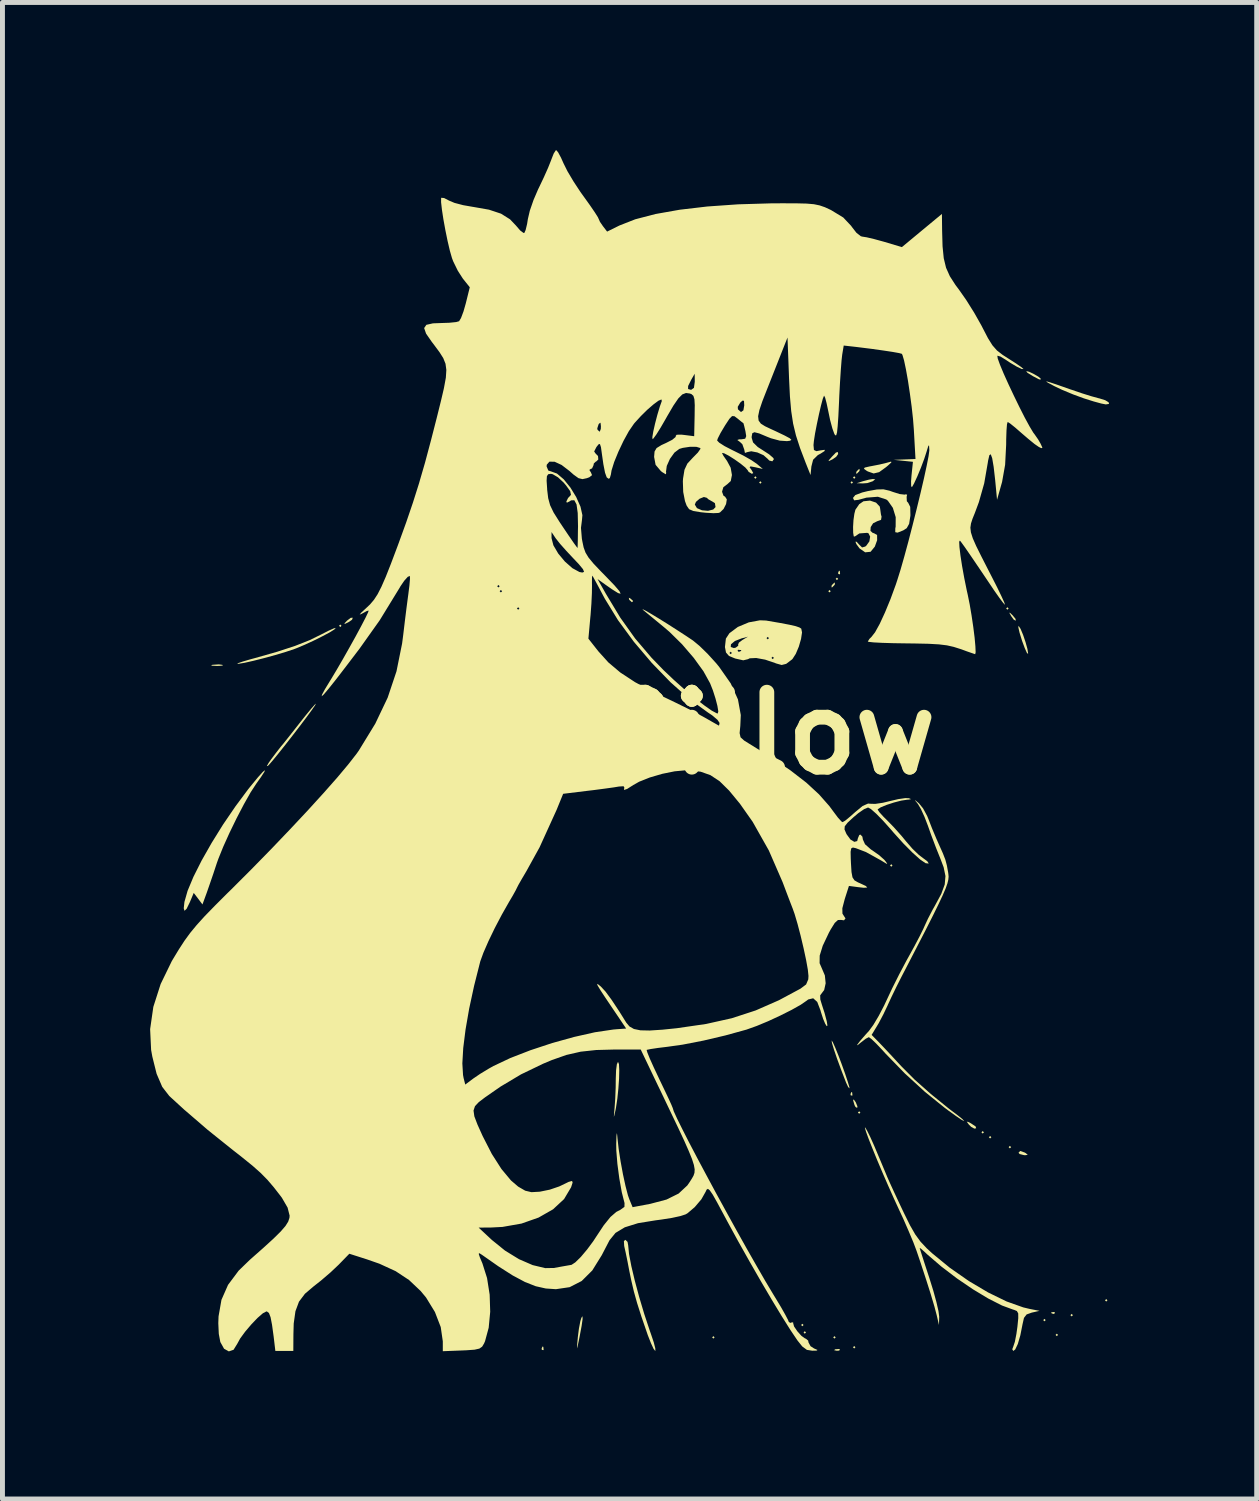
<source format=kicad_pcb>
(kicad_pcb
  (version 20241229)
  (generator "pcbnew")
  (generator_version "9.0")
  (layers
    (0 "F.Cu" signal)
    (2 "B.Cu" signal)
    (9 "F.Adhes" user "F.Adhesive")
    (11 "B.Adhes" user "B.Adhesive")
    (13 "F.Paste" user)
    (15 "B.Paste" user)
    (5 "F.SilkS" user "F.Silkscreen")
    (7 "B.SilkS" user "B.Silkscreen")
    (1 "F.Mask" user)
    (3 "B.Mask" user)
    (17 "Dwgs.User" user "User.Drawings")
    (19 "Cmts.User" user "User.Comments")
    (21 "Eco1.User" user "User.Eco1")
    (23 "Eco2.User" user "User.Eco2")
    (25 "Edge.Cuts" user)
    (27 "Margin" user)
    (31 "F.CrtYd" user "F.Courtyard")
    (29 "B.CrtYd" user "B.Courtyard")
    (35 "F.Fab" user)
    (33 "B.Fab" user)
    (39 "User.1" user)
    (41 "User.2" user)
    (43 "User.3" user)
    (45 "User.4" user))
  (footprint "RinPillow"
    (layer "F.Cu")
    (at 10.715 11.847)
    (property "Reference" "RinPillow" (at 0 0 0) (layer "F.SilkS") (effects (font (size 1.524 1.524) (thickness 0.3))))
    (attr board_only exclude_from_pos_files exclude_from_bom)
    (fp_poly (pts (xy -6.827 -2.184) (xy -6.852 -2.158) (xy -6.877 -2.184) (xy -6.852 -2.209)) (stroke (width 0) (type solid)) (fill yes) (layer "F.SilkS"))
    (fp_poly (pts (xy 0.753 12.273) (xy 0.728 12.298) (xy 0.703 12.273) (xy 0.728 12.248)) (stroke (width 0) (type solid)) (fill yes) (layer "F.SilkS"))
    (fp_poly (pts (xy 1.606 -5.195) (xy 1.581 -5.17) (xy 1.556 -5.195) (xy 1.581 -5.221)) (stroke (width 0) (type solid)) (fill yes) (layer "F.SilkS"))
    (fp_poly (pts (xy 1.707 -5.095) (xy 1.682 -5.07) (xy 1.657 -5.095) (xy 1.682 -5.12)) (stroke (width 0) (type solid)) (fill yes) (layer "F.SilkS"))
    (fp_poly (pts (xy 2.56 12.022) (xy 2.535 12.047) (xy 2.51 12.022) (xy 2.535 11.997)) (stroke (width 0) (type solid)) (fill yes) (layer "F.SilkS"))
    (fp_poly (pts (xy 2.61 12.173) (xy 2.585 12.198) (xy 2.56 12.173) (xy 2.585 12.148)) (stroke (width 0) (type solid)) (fill yes) (layer "F.SilkS"))
    (fp_poly (pts (xy 3.112 -2.886) (xy 3.087 -2.861) (xy 3.062 -2.886) (xy 3.087 -2.911)) (stroke (width 0) (type solid)) (fill yes) (layer "F.SilkS"))
    (fp_poly (pts (xy 3.213 12.273) (xy 3.188 12.298) (xy 3.162 12.273) (xy 3.188 12.248)) (stroke (width 0) (type solid)) (fill yes) (layer "F.SilkS"))
    (fp_poly (pts (xy 3.263 -3.137) (xy 3.238 -3.112) (xy 3.213 -3.137) (xy 3.238 -3.162)) (stroke (width 0) (type solid)) (fill yes) (layer "F.SilkS"))
    (fp_poly (pts (xy 3.564 -5.095) (xy 3.539 -5.07) (xy 3.514 -5.095) (xy 3.539 -5.12)) (stroke (width 0) (type solid)) (fill yes) (layer "F.SilkS"))
    (fp_poly (pts (xy 3.614 -5.195) (xy 3.589 -5.17) (xy 3.564 -5.195) (xy 3.589 -5.221)) (stroke (width 0) (type solid)) (fill yes) (layer "F.SilkS"))
    (fp_poly (pts (xy 3.614 12.474) (xy 3.589 12.499) (xy 3.564 12.474) (xy 3.589 12.449)) (stroke (width 0) (type solid)) (fill yes) (layer "F.SilkS"))
    (fp_poly (pts (xy 3.715 7.705) (xy 3.69 7.73) (xy 3.664 7.705) (xy 3.69 7.68)) (stroke (width 0) (type solid)) (fill yes) (layer "F.SilkS"))
    (fp_poly (pts (xy 4.367 2.686) (xy 4.342 2.711) (xy 4.317 2.686) (xy 4.342 2.66)) (stroke (width 0) (type solid)) (fill yes) (layer "F.SilkS"))
    (fp_poly (pts (xy 6.225 8.107) (xy 6.199 8.132) (xy 6.174 8.107) (xy 6.199 8.082)) (stroke (width 0) (type solid)) (fill yes) (layer "F.SilkS"))
    (fp_poly (pts (xy 6.375 8.207) (xy 6.35 8.232) (xy 6.325 8.207) (xy 6.35 8.182)) (stroke (width 0) (type solid)) (fill yes) (layer "F.SilkS"))
    (fp_poly (pts (xy 6.726 -2.535) (xy 6.701 -2.51) (xy 6.676 -2.535) (xy 6.701 -2.56)) (stroke (width 0) (type solid)) (fill yes) (layer "F.SilkS"))
    (fp_poly (pts (xy 6.777 8.408) (xy 6.752 8.433) (xy 6.726 8.408) (xy 6.752 8.383)) (stroke (width 0) (type solid)) (fill yes) (layer "F.SilkS"))
    (fp_poly (pts (xy 7.479 11.922) (xy 7.454 11.947) (xy 7.429 11.922) (xy 7.454 11.897)) (stroke (width 0) (type solid)) (fill yes) (layer "F.SilkS"))
    (fp_poly (pts (xy 7.73 12.223) (xy 7.705 12.248) (xy 7.68 12.223) (xy 7.705 12.198)) (stroke (width 0) (type solid)) (fill yes) (layer "F.SilkS"))
    (fp_poly (pts (xy 8.032 11.822) (xy 8.007 11.847) (xy 7.981 11.822) (xy 8.007 11.796)) (stroke (width 0) (type solid)) (fill yes) (layer "F.SilkS"))
    (fp_poly (pts (xy 8.734 11.52) (xy 8.709 11.545) (xy 8.684 11.52) (xy 8.709 11.495)) (stroke (width 0) (type solid)) (fill yes) (layer "F.SilkS"))
    (fp_poly (pts (xy -2.727 12.466) (xy -2.721 12.525) (xy -2.727 12.533) (xy -2.757 12.526) (xy -2.761 12.499) (xy -2.743 12.458)) (stroke (width 0) (type solid)) (fill yes) (layer "F.SilkS"))
    (fp_poly (pts (xy 3.296 -3.296) (xy 3.302 -3.237) (xy 3.296 -3.229) (xy 3.266 -3.236) (xy 3.263 -3.263) (xy 3.281 -3.304)) (stroke (width 0) (type solid)) (fill yes) (layer "F.SilkS"))
    (fp_poly (pts (xy 3.299 12.519) (xy 3.284 12.542) (xy 3.234 12.545) (xy 3.18 12.533) (xy 3.203 12.515) (xy 3.282 12.509)) (stroke (width 0) (type solid)) (fill yes) (layer "F.SilkS"))
    (fp_poly (pts (xy 3.547 7.295) (xy 3.553 7.355) (xy 3.547 7.362) (xy 3.517 7.355) (xy 3.514 7.329) (xy 3.532 7.288)) (stroke (width 0) (type solid)) (fill yes) (layer "F.SilkS"))
    (fp_poly (pts (xy 7.664 11.763) (xy 7.657 11.793) (xy 7.63 11.796) (xy 7.589 11.778) (xy 7.597 11.763) (xy 7.656 11.757)) (stroke (width 0) (type solid)) (fill yes) (layer "F.SilkS"))
    (fp_poly (pts (xy -6.613 -2.306) (xy -6.685 -2.257) (xy -6.764 -2.219) (xy -6.763 -2.236) (xy -6.715 -2.288) (xy -6.64 -2.345) (xy -6.598 -2.348)) (stroke (width 0) (type solid)) (fill yes) (layer "F.SilkS"))
    (fp_poly (pts (xy -0.962 -2.741) (xy -0.908 -2.694) (xy -0.904 -2.683) (xy -0.927 -2.662) (xy -0.977 -2.708) (xy -0.984 -2.718) (xy -0.99 -2.753)) (stroke (width 0) (type solid)) (fill yes) (layer "F.SilkS"))
    (fp_poly (pts (xy 3.62 7.496) (xy 3.654 7.579) (xy 3.65 7.611) (xy 3.616 7.593) (xy 3.595 7.553) (xy 3.567 7.457) (xy 3.579 7.438)) (stroke (width 0) (type solid)) (fill yes) (layer "F.SilkS"))
    (fp_poly (pts (xy 6.755 -2.446) (xy 6.806 -2.398) (xy 6.866 -2.325) (xy 6.872 -2.287) (xy 6.832 -2.306) (xy 6.782 -2.374) (xy 6.739 -2.449)) (stroke (width 0) (type solid)) (fill yes) (layer "F.SilkS"))
    (fp_poly (pts (xy -9.248 -1.39) (xy -9.237 -1.376) (xy -9.309 -1.369) (xy -9.362 -1.368) (xy -9.459 -1.373) (xy -9.474 -1.384) (xy -9.449 -1.391) (xy -9.318 -1.399)) (stroke (width 0) (type solid)) (fill yes) (layer "F.SilkS"))
    (fp_poly (pts (xy 3.197 -3.03) (xy 3.188 -3.012) (xy 3.14 -2.964) (xy 3.131 -2.962) (xy 3.128 -2.994) (xy 3.137 -3.012) (xy 3.185 -3.06) (xy 3.193 -3.062)) (stroke (width 0) (type solid)) (fill yes) (layer "F.SilkS"))
    (fp_poly (pts (xy 3.263 -5.674) (xy 3.223 -5.617) (xy 3.15 -5.566) (xy 3.073 -5.529) (xy 3.071 -5.544) (xy 3.133 -5.615) (xy 3.216 -5.702) (xy 3.255 -5.715)) (stroke (width 0) (type solid)) (fill yes) (layer "F.SilkS"))
    (fp_poly (pts (xy 3.699 -5.339) (xy 3.69 -5.321) (xy 3.642 -5.273) (xy 3.633 -5.271) (xy 3.63 -5.303) (xy 3.639 -5.321) (xy 3.687 -5.369) (xy 3.695 -5.371)) (stroke (width 0) (type solid)) (fill yes) (layer "F.SilkS"))
    (fp_poly (pts (xy 5.905 7.896) (xy 5.961 7.925) (xy 6.055 7.987) (xy 6.067 8.025) (xy 6.03 8.032) (xy 5.966 7.997) (xy 5.917 7.948) (xy 5.876 7.892)) (stroke (width 0) (type solid)) (fill yes) (layer "F.SilkS"))
    (fp_poly (pts (xy 7.053 8.518) (xy 7.077 8.532) (xy 7.115 8.566) (xy 7.062 8.572) (xy 7.04 8.571) (xy 6.952 8.549) (xy 6.927 8.523) (xy 6.961 8.486)) (stroke (width 0) (type solid)) (fill yes) (layer "F.SilkS"))
    (fp_poly (pts (xy 4.016 -5.161) (xy 3.978 -5.129) (xy 3.966 -5.12) (xy 3.857 -5.083) (xy 3.765 -5.076) (xy 3.639 -5.08) (xy 3.765 -5.12) (xy 3.89 -5.153) (xy 3.966 -5.165)) (stroke (width 0) (type solid)) (fill yes) (layer "F.SilkS"))
    (fp_poly (pts (xy 7.143 -7.344) (xy 7.228 -7.304) (xy 7.33 -7.245) (xy 7.378 -7.205) (xy 7.379 -7.202) (xy 7.373 -7.183) (xy 7.338 -7.193) (xy 7.247 -7.241) (xy 7.216 -7.257) (xy 7.107 -7.325) (xy 7.083 -7.358)) (stroke (width 0) (type solid)) (fill yes) (layer "F.SilkS"))
    (fp_poly (pts (xy -1.929 11.9) (xy -1.949 12.041) (xy -1.99 12.259) (xy -2.008 12.349) (xy -2.033 12.465) (xy -2.043 12.497) (xy -2.041 12.439) (xy -2.027 12.287) (xy -2.027 12.278) (xy -2.004 12.097) (xy -1.975 11.945) (xy -1.954 11.876) (xy -1.931 11.843)) (stroke (width 0) (type solid)) (fill yes) (layer "F.SilkS"))
    (fp_poly (pts (xy 6.929 -2.182) (xy 6.969 -2.121) (xy 7.02 -1.999) (xy 7.07 -1.851) (xy 7.108 -1.714) (xy 7.122 -1.624) (xy 7.12 -1.613) (xy 7.097 -1.634) (xy 7.054 -1.73) (xy 6.998 -1.881) (xy 6.996 -1.888) (xy 6.948 -2.044) (xy 6.924 -2.149) (xy 6.928 -2.183)) (stroke (width 0) (type solid)) (fill yes) (layer "F.SilkS"))
    (fp_poly (pts (xy 4.344 -5.503) (xy 4.276 -5.44) (xy 4.234 -5.405) (xy 4.096 -5.305) (xy 3.984 -5.278) (xy 3.866 -5.319) (xy 3.84 -5.334) (xy 3.786 -5.373) (xy 3.803 -5.398) (xy 3.902 -5.421) (xy 3.941 -5.428) (xy 4.105 -5.46) (xy 4.249 -5.495) (xy 4.267 -5.5) (xy 4.339 -5.519)) (stroke (width 0) (type solid)) (fill yes) (layer "F.SilkS"))
    (fp_poly (pts (xy 3.154 6.276) (xy 3.204 6.387) (xy 3.272 6.556) (xy 3.33 6.71) (xy 3.403 6.913) (xy 3.458 7.079) (xy 3.49 7.186) (xy 3.494 7.215) (xy 3.466 7.187) (xy 3.423 7.095) (xy 3.422 7.092) (xy 3.326 6.843) (xy 3.242 6.615) (xy 3.178 6.427) (xy 3.138 6.296) (xy 3.13 6.24) (xy 3.13 6.24)) (stroke (width 0) (type solid)) (fill yes) (layer "F.SilkS"))
    (fp_poly (pts (xy -1.19 6.722) (xy -1.184 6.844) (xy -1.188 7.017) (xy -1.202 7.218) (xy -1.223 7.423) (xy -1.251 7.609) (xy -1.26 7.655) (xy -1.285 7.767) (xy -1.294 7.791) (xy -1.289 7.723) (xy -1.279 7.61) (xy -1.266 7.425) (xy -1.257 7.196) (xy -1.255 7.021) (xy -1.249 6.849) (xy -1.233 6.726) (xy -1.21 6.676) (xy -1.209 6.676)) (stroke (width 0) (type solid)) (fill yes) (layer "F.SilkS"))
    (fp_poly (pts (xy 7.58 -7.125) (xy 7.738 -7.072) (xy 7.982 -6.986) (xy 8.007 -6.978) (xy 8.215 -6.907) (xy 8.407 -6.847) (xy 8.549 -6.808) (xy 8.571 -6.803) (xy 8.687 -6.767) (xy 8.757 -6.725) (xy 8.766 -6.691) (xy 8.7 -6.681) (xy 8.609 -6.699) (xy 8.455 -6.741) (xy 8.271 -6.799) (xy 8.258 -6.803) (xy 8.037 -6.884) (xy 7.813 -6.977) (xy 7.655 -7.052) (xy 7.546 -7.11) (xy 7.492 -7.142) (xy 7.501 -7.148)) (stroke (width 0) (type solid)) (fill yes) (layer "F.SilkS"))
    (fp_poly (pts (xy -7.365 -0.566) (xy -7.434 -0.467) (xy -7.541 -0.321) (xy -7.674 -0.145) (xy -7.821 0.046) (xy -7.969 0.236) (xy -8.107 0.409) (xy -8.221 0.549) (xy -8.3 0.64) (xy -8.324 0.664) (xy -8.343 0.666) (xy -8.308 0.603) (xy -8.255 0.527) (xy -8.158 0.398) (xy -8.08 0.298) (xy -8.057 0.269) (xy -8.006 0.208) (xy -7.909 0.086) (xy -7.782 -0.075) (xy -7.688 -0.195) (xy -7.554 -0.364) (xy -7.443 -0.499) (xy -7.369 -0.583) (xy -7.346 -0.602)) (stroke (width 0) (type solid)) (fill yes) (layer "F.SilkS"))
    (fp_poly (pts (xy -6.972 -2.109) (xy -7.071 -2.047) (xy -7.22 -1.968) (xy -7.396 -1.88) (xy -7.579 -1.796) (xy -7.746 -1.726) (xy -7.781 -1.713) (xy -7.956 -1.654) (xy -8.17 -1.59) (xy -8.399 -1.527) (xy -8.617 -1.472) (xy -8.799 -1.431) (xy -8.92 -1.411) (xy -8.944 -1.41) (xy -8.929 -1.424) (xy -8.836 -1.456) (xy -8.68 -1.502) (xy -8.584 -1.528) (xy -8.137 -1.655) (xy -7.773 -1.774) (xy -7.474 -1.892) (xy -7.24 -2.007) (xy -7.093 -2.082) (xy -6.986 -2.13) (xy -6.943 -2.141)) (stroke (width 0) (type solid)) (fill yes) (layer "F.SilkS"))
    (fp_poly (pts (xy -1.016 10.333) (xy -1.003 10.403) (xy -0.986 10.577) (xy -0.939 10.824) (xy -0.868 11.123) (xy -0.779 11.454) (xy -0.677 11.796) (xy -0.567 12.128) (xy -0.538 12.211) (xy -0.483 12.375) (xy -0.452 12.496) (xy -0.451 12.549) (xy -0.453 12.549) (xy -0.487 12.506) (xy -0.541 12.389) (xy -0.606 12.224) (xy -0.619 12.185) (xy -0.735 11.848) (xy -0.822 11.575) (xy -0.888 11.338) (xy -0.942 11.107) (xy -0.979 10.928) (xy -1.018 10.724) (xy -1.055 10.545) (xy -1.082 10.425) (xy -1.084 10.414) (xy -1.09 10.317) (xy -1.06 10.291)) (stroke (width 0) (type solid)) (fill yes) (layer "F.SilkS"))
    (fp_poly (pts (xy -8.394 0.784) (xy -8.465 0.893) (xy -8.562 1.029) (xy -8.675 1.203) (xy -8.811 1.444) (xy -8.958 1.726) (xy -9.102 2.022) (xy -9.23 2.306) (xy -9.329 2.551) (xy -9.359 2.635) (xy -9.432 2.856) (xy -9.506 3.071) (xy -9.564 3.238) (xy -9.571 3.257) (xy -9.652 3.478) (xy -9.74 3.36) (xy -9.829 3.243) (xy -9.907 3.429) (xy -9.973 3.565) (xy -10.017 3.607) (xy -10.032 3.556) (xy -10.018 3.426) (xy -9.954 3.201) (xy -9.835 2.916) (xy -9.669 2.586) (xy -9.465 2.227) (xy -9.234 1.855) (xy -8.983 1.487) (xy -8.723 1.137) (xy -8.673 1.075) (xy -8.526 0.896) (xy -8.428 0.787) (xy -8.383 0.749)) (stroke (width 0) (type solid)) (fill yes) (layer "F.SilkS"))
    (fp_poly (pts (xy 4.306 -4.928) (xy 4.375 -4.903) (xy 4.512 -4.86) (xy 4.613 -4.848) (xy 4.634 -4.854) (xy 4.664 -4.848) (xy 4.654 -4.803) (xy 4.658 -4.714) (xy 4.686 -4.682) (xy 4.727 -4.6) (xy 4.731 -4.43) (xy 4.729 -4.411) (xy 4.705 -4.255) (xy 4.656 -4.167) (xy 4.586 -4.122) (xy 4.47 -4.076) (xy 4.423 -4.085) (xy 4.424 -4.161) (xy 4.431 -4.198) (xy 4.432 -4.391) (xy 4.374 -4.58) (xy 4.273 -4.724) (xy 4.24 -4.75) (xy 4.07 -4.805) (xy 3.839 -4.787) (xy 3.677 -4.743) (xy 3.588 -4.732) (xy 3.564 -4.781) (xy 3.611 -4.839) (xy 3.752 -4.892) (xy 3.866 -4.92) (xy 4.051 -4.953) (xy 4.183 -4.956)) (stroke (width 0) (type solid)) (fill yes) (layer "F.SilkS"))
    (fp_poly (pts (xy 4.032 -4.686) (xy 4.107 -4.607) (xy 4.116 -4.564) (xy 4.133 -4.442) (xy 4.145 -4.4) (xy 4.134 -4.335) (xy 4.057 -4.308) (xy 3.973 -4.266) (xy 3.924 -4.189) (xy 3.919 -4.111) (xy 3.969 -4.068) (xy 3.987 -4.066) (xy 4.054 -4.029) (xy 4.055 -3.922) (xy 4.008 -3.792) (xy 3.922 -3.687) (xy 3.812 -3.676) (xy 3.697 -3.756) (xy 3.633 -3.843) (xy 3.614 -3.891) (xy 3.638 -3.891) (xy 3.684 -3.839) (xy 3.749 -3.775) (xy 3.813 -3.793) (xy 3.835 -3.811) (xy 3.897 -3.898) (xy 3.913 -3.995) (xy 3.88 -4.062) (xy 3.853 -4.072) (xy 3.694 -4.06) (xy 3.602 -3.998) (xy 3.58 -3.999) (xy 3.568 -4.072) (xy 3.566 -4.191) (xy 3.574 -4.329) (xy 3.592 -4.458) (xy 3.613 -4.541) (xy 3.691 -4.654) (xy 3.777 -4.713) (xy 3.91 -4.727)) (stroke (width 0) (type solid)) (fill yes) (layer "F.SilkS"))
    (fp_poly (pts (xy 1.799 -2.29) (xy 2.078 -2.242) (xy 2.273 -2.205) (xy 2.4 -2.176) (xy 2.475 -2.15) (xy 2.513 -2.126) (xy 2.529 -2.049) (xy 2.509 -1.916) (xy 2.464 -1.76) (xy 2.402 -1.613) (xy 2.335 -1.509) (xy 2.322 -1.497) (xy 2.207 -1.41) (xy 2.115 -1.387) (xy 2.001 -1.419) (xy 1.982 -1.427) (xy 1.779 -1.496) (xy 1.598 -1.529) (xy 1.467 -1.523) (xy 1.43 -1.505) (xy 1.335 -1.482) (xy 1.174 -1.518) (xy 1.141 -1.531) (xy 1.908 -1.531) (xy 1.933 -1.506) (xy 1.958 -1.531) (xy 1.933 -1.556) (xy 1.908 -1.531) (xy 1.141 -1.531) (xy 1.045 -1.571) (xy 0.993 -1.631) (xy 1.054 -1.631) (xy 1.079 -1.606) (xy 1.104 -1.631) (xy 1.079 -1.657) (xy 1.054 -1.631) (xy 0.993 -1.631) (xy 0.984 -1.641) (xy 0.975 -1.69) (xy 1.221 -1.69) (xy 1.228 -1.66) (xy 1.255 -1.657) (xy 1.296 -1.675) (xy 1.288 -1.69) (xy 1.229 -1.696) (xy 1.221 -1.69) (xy 0.975 -1.69) (xy 0.963 -1.75) (xy 0.963 -1.753) (xy 1.081 -1.753) (xy 1.144 -1.731) (xy 1.183 -1.74) (xy 1.234 -1.779) (xy 1.23 -1.798) (xy 1.246 -1.841) (xy 1.316 -1.894) (xy 1.381 -1.933) (xy 1.807 -1.933) (xy 1.832 -1.908) (xy 1.857 -1.933) (xy 1.832 -1.958) (xy 1.807 -1.933) (xy 1.381 -1.933) (xy 1.431 -1.962) (xy 1.305 -1.929) (xy 1.164 -1.874) (xy 1.085 -1.807) (xy 1.081 -1.753) (xy 0.963 -1.753) (xy 0.982 -1.923) (xy 1.054 -2.033) (xy 1.225 -2.16) (xy 1.447 -2.253) (xy 1.674 -2.295)) (stroke (width 0) (type solid)) (fill yes) (layer "F.SilkS"))
    (fp_poly (pts (xy 3.852 8.075) (xy 3.918 8.209) (xy 3.997 8.385) (xy 4.017 8.433) (xy 4.105 8.642) (xy 4.189 8.843) (xy 4.253 8.996) (xy 4.258 9.009) (xy 4.314 9.135) (xy 4.401 9.325) (xy 4.506 9.55) (xy 4.598 9.744) (xy 4.722 9.995) (xy 4.828 10.18) (xy 4.935 10.327) (xy 5.061 10.462) (xy 5.173 10.565) (xy 5.533 10.86) (xy 5.919 11.129) (xy 6.309 11.36) (xy 6.684 11.543) (xy 7.024 11.664) (xy 7.149 11.694) (xy 7.354 11.734) (xy 7.196 11.77) (xy 7.092 11.807) (xy 7.038 11.877) (xy 7.007 12.014) (xy 7.007 12.015) (xy 6.964 12.232) (xy 6.913 12.407) (xy 6.86 12.519) (xy 6.821 12.549) (xy 6.8 12.515) (xy 6.821 12.459) (xy 6.853 12.363) (xy 6.884 12.204) (xy 6.905 12.055) (xy 6.922 11.883) (xy 6.921 11.786) (xy 6.894 11.738) (xy 6.835 11.713) (xy 6.821 11.71) (xy 6.592 11.626) (xy 6.311 11.483) (xy 5.999 11.295) (xy 5.676 11.075) (xy 5.361 10.835) (xy 5.075 10.589) (xy 5.011 10.529) (xy 4.943 10.469) (xy 4.919 10.457) (xy 4.934 10.507) (xy 4.975 10.635) (xy 5.035 10.821) (xy 5.109 11.047) (xy 5.12 11.081) (xy 5.197 11.329) (xy 5.259 11.556) (xy 5.301 11.739) (xy 5.316 11.854) (xy 5.316 11.856) (xy 5.311 12.022) (xy 5.265 11.822) (xy 5.219 11.648) (xy 5.145 11.399) (xy 5.049 11.096) (xy 4.938 10.758) (xy 4.856 10.516) (xy 4.791 10.343) (xy 4.695 10.114) (xy 4.585 9.862) (xy 4.504 9.688) (xy 4.395 9.451) (xy 4.28 9.193) (xy 4.165 8.929) (xy 4.056 8.672) (xy 3.96 8.437) (xy 3.882 8.24) (xy 3.829 8.095) (xy 3.806 8.016) (xy 3.812 8.008)) (stroke (width 0) (type solid)) (fill yes) (layer "F.SilkS"))
    (fp_poly (pts (xy 4.905 1.424) (xy 4.989 1.528) (xy 5.072 1.682) (xy 5.1 1.751) (xy 5.171 1.934) (xy 5.26 2.146) (xy 5.31 2.259) (xy 5.391 2.44) (xy 5.441 2.569) (xy 5.472 2.687) (xy 5.498 2.831) (xy 5.502 2.861) (xy 5.507 2.914) (xy 5.501 2.975) (xy 5.482 3.053) (xy 5.445 3.157) (xy 5.386 3.294) (xy 5.301 3.475) (xy 5.187 3.707) (xy 5.039 4) (xy 4.853 4.361) (xy 4.626 4.8) (xy 4.551 4.944) (xy 4.447 5.15) (xy 4.347 5.356) (xy 4.272 5.518) (xy 4.271 5.522) (xy 4.183 5.707) (xy 4.085 5.893) (xy 4.058 5.938) (xy 3.943 6.128) (xy 4.101 6.289) (xy 4.21 6.404) (xy 4.359 6.563) (xy 4.518 6.735) (xy 4.551 6.77) (xy 4.815 7.035) (xy 5.145 7.328) (xy 5.515 7.628) (xy 5.698 7.766) (xy 5.787 7.838) (xy 5.822 7.877) (xy 5.819 7.879) (xy 5.769 7.852) (xy 5.658 7.777) (xy 5.506 7.668) (xy 5.418 7.602) (xy 5.026 7.285) (xy 4.619 6.912) (xy 4.229 6.511) (xy 4.159 6.434) (xy 4.037 6.305) (xy 3.94 6.212) (xy 3.887 6.174) (xy 3.886 6.174) (xy 3.825 6.205) (xy 3.729 6.279) (xy 3.719 6.287) (xy 3.654 6.34) (xy 3.652 6.325) (xy 3.71 6.249) (xy 3.823 6.119) (xy 3.888 6.048) (xy 3.978 5.925) (xy 4.087 5.742) (xy 4.198 5.529) (xy 4.241 5.437) (xy 4.36 5.183) (xy 4.505 4.894) (xy 4.65 4.62) (xy 4.693 4.543) (xy 4.809 4.332) (xy 4.914 4.133) (xy 4.992 3.976) (xy 5.019 3.915) (xy 5.088 3.766) (xy 5.181 3.587) (xy 5.228 3.504) (xy 5.358 3.263) (xy 5.428 3.072) (xy 5.443 2.901) (xy 5.406 2.722) (xy 5.344 2.558) (xy 5.252 2.329) (xy 5.154 2.07) (xy 5.089 1.886) (xy 5.017 1.698) (xy 4.943 1.537) (xy 4.883 1.436) (xy 4.882 1.435) (xy 4.824 1.364) (xy 4.832 1.363)) (stroke (width 0) (type solid)) (fill yes) (layer "F.SilkS"))
    (fp_poly (pts (xy -2.427 -11.804) (xy -2.368 -11.694) (xy -2.317 -11.58) (xy -2.237 -11.419) (xy -2.115 -11.213) (xy -1.973 -10.997) (xy -1.906 -10.904) (xy -1.78 -10.728) (xy -1.68 -10.582) (xy -1.618 -10.484) (xy -1.605 -10.455) (xy -1.576 -10.39) (xy -1.517 -10.304) (xy -1.431 -10.192) (xy -1.18 -10.316) (xy -0.859 -10.442) (xy -0.448 -10.549) (xy 0.043 -10.636) (xy 0.606 -10.702) (xy 1.232 -10.746) (xy 1.91 -10.766) (xy 2.133 -10.767) (xy 2.416 -10.766) (xy 2.621 -10.761) (xy 2.771 -10.748) (xy 2.887 -10.724) (xy 2.994 -10.687) (xy 3.113 -10.632) (xy 3.127 -10.624) (xy 3.367 -10.478) (xy 3.528 -10.307) (xy 3.542 -10.286) (xy 3.634 -10.168) (xy 3.723 -10.098) (xy 3.753 -10.09) (xy 3.842 -10.076) (xy 3.995 -10.04) (xy 4.181 -9.989) (xy 4.199 -9.984) (xy 4.558 -9.877) (xy 4.964 -10.214) (xy 5.371 -10.551) (xy 5.375 -10.207) (xy 5.384 -9.892) (xy 5.408 -9.651) (xy 5.455 -9.457) (xy 5.532 -9.285) (xy 5.646 -9.108) (xy 5.715 -9.016) (xy 5.865 -8.802) (xy 6.026 -8.545) (xy 6.169 -8.292) (xy 6.198 -8.236) (xy 6.307 -8.026) (xy 6.397 -7.882) (xy 6.489 -7.777) (xy 6.605 -7.687) (xy 6.722 -7.612) (xy 6.872 -7.516) (xy 6.981 -7.441) (xy 7.027 -7.401) (xy 7.028 -7.399) (xy 6.99 -7.401) (xy 6.894 -7.447) (xy 6.762 -7.525) (xy 6.661 -7.592) (xy 6.561 -7.653) (xy 6.5 -7.67) (xy 6.497 -7.668) (xy 6.505 -7.613) (xy 6.551 -7.486) (xy 6.626 -7.306) (xy 6.723 -7.091) (xy 6.833 -6.858) (xy 6.946 -6.626) (xy 7.055 -6.411) (xy 7.152 -6.233) (xy 7.227 -6.108) (xy 7.253 -6.074) (xy 7.326 -5.969) (xy 7.376 -5.882) (xy 7.413 -5.801) (xy 7.391 -5.792) (xy 7.341 -5.816) (xy 7.255 -5.875) (xy 7.126 -5.98) (xy 6.991 -6.096) (xy 6.859 -6.211) (xy 6.757 -6.293) (xy 6.707 -6.325) (xy 6.707 -6.325) (xy 6.693 -6.278) (xy 6.683 -6.154) (xy 6.677 -5.973) (xy 6.676 -5.861) (xy 6.655 -5.454) (xy 6.593 -5.105) (xy 6.583 -5.07) (xy 6.491 -4.744) (xy 6.453 -5.142) (xy 6.422 -5.413) (xy 6.392 -5.589) (xy 6.363 -5.668) (xy 6.335 -5.65) (xy 6.308 -5.533) (xy 6.303 -5.497) (xy 6.23 -5.077) (xy 6.122 -4.696) (xy 6.04 -4.475) (xy 5.993 -4.359) (xy 5.962 -4.264) (xy 5.949 -4.177) (xy 5.96 -4.081) (xy 5.998 -3.961) (xy 6.067 -3.804) (xy 6.172 -3.593) (xy 6.315 -3.313) (xy 6.386 -3.175) (xy 6.494 -2.963) (xy 6.579 -2.787) (xy 6.635 -2.664) (xy 6.653 -2.611) (xy 6.652 -2.61) (xy 6.615 -2.649) (xy 6.537 -2.753) (xy 6.432 -2.902) (xy 6.384 -2.974) (xy 6.15 -3.321) (xy 5.967 -3.591) (xy 5.836 -3.781) (xy 5.757 -3.89) (xy 5.736 -3.915) (xy 5.722 -3.891) (xy 5.727 -3.785) (xy 5.747 -3.616) (xy 5.78 -3.401) (xy 5.824 -3.157) (xy 5.876 -2.901) (xy 5.896 -2.812) (xy 5.936 -2.614) (xy 5.974 -2.389) (xy 6.008 -2.159) (xy 6.035 -1.945) (xy 6.051 -1.767) (xy 6.056 -1.647) (xy 6.047 -1.606) (xy 6 -1.622) (xy 5.884 -1.662) (xy 5.743 -1.713) (xy 5.61 -1.755) (xy 5.473 -1.786) (xy 5.31 -1.806) (xy 5.099 -1.818) (xy 4.82 -1.824) (xy 4.656 -1.826) (xy 4.387 -1.83) (xy 4.157 -1.837) (xy 3.984 -1.846) (xy 3.884 -1.857) (xy 3.865 -1.864) (xy 3.899 -1.918) (xy 3.939 -1.957) (xy 4.013 -2.052) (xy 4.108 -2.224) (xy 4.215 -2.456) (xy 4.327 -2.728) (xy 4.435 -3.023) (xy 4.464 -3.111) (xy 4.53 -3.322) (xy 4.606 -3.588) (xy 4.689 -3.894) (xy 4.774 -4.223) (xy 4.858 -4.557) (xy 4.937 -4.882) (xy 5.006 -5.179) (xy 5.061 -5.433) (xy 5.099 -5.626) (xy 5.115 -5.743) (xy 5.115 -5.757) (xy 5.11 -5.843) (xy 5.097 -5.844) (xy 5.069 -5.754) (xy 5.06 -5.723) (xy 5.011 -5.573) (xy 4.944 -5.394) (xy 4.871 -5.218) (xy 4.805 -5.075) (xy 4.762 -5) (xy 4.746 -5.02) (xy 4.744 -5.117) (xy 4.753 -5.235) (xy 4.782 -5.515) (xy 4.587 -5.535) (xy 4.392 -5.555) (xy 4.613 -5.563) (xy 4.834 -5.572) (xy 4.801 -6.162) (xy 4.784 -6.383) (xy 4.756 -6.637) (xy 4.72 -6.904) (xy 4.681 -7.163) (xy 4.64 -7.393) (xy 4.602 -7.574) (xy 4.569 -7.686) (xy 4.556 -7.709) (xy 4.5 -7.724) (xy 4.366 -7.748) (xy 4.174 -7.777) (xy 3.947 -7.809) (xy 3.706 -7.839) (xy 3.608 -7.851) (xy 3.376 -7.877) (xy 3.345 -7.691) (xy 3.332 -7.575) (xy 3.317 -7.382) (xy 3.301 -7.135) (xy 3.286 -6.857) (xy 3.281 -6.733) (xy 3.267 -6.44) (xy 3.253 -6.237) (xy 3.24 -6.112) (xy 3.224 -6.055) (xy 3.204 -6.053) (xy 3.186 -6.081) (xy 3.146 -6.191) (xy 3.1 -6.362) (xy 3.063 -6.54) (xy 3.028 -6.706) (xy 2.998 -6.819) (xy 2.977 -6.859) (xy 2.976 -6.858) (xy 2.951 -6.796) (xy 2.915 -6.661) (xy 2.873 -6.481) (xy 2.831 -6.283) (xy 2.794 -6.093) (xy 2.77 -5.938) (xy 2.762 -5.855) (xy 2.771 -5.755) (xy 2.821 -5.731) (xy 2.899 -5.746) (xy 2.988 -5.759) (xy 2.989 -5.735) (xy 2.906 -5.681) (xy 2.85 -5.651) (xy 2.754 -5.557) (xy 2.719 -5.42) (xy 2.702 -5.246) (xy 2.602 -5.497) (xy 2.489 -5.794) (xy 2.406 -6.049) (xy 2.348 -6.29) (xy 2.309 -6.546) (xy 2.283 -6.845) (xy 2.265 -7.216) (xy 2.265 -7.22) (xy 2.234 -8.04) (xy 1.948 -7.316) (xy 1.819 -6.99) (xy 1.723 -6.745) (xy 1.663 -6.567) (xy 1.637 -6.441) (xy 1.647 -6.353) (xy 1.693 -6.29) (xy 1.776 -6.238) (xy 1.896 -6.181) (xy 1.99 -6.138) (xy 2.176 -6.049) (xy 2.28 -5.993) (xy 2.313 -5.961) (xy 2.285 -5.943) (xy 2.223 -5.935) (xy 2.076 -5.945) (xy 1.898 -5.993) (xy 1.827 -6.021) (xy 1.66 -6.091) (xy 1.563 -6.116) (xy 1.519 -6.096) (xy 1.506 -6.028) (xy 1.506 -6.003) (xy 1.534 -5.909) (xy 1.629 -5.816) (xy 1.732 -5.75) (xy 1.86 -5.667) (xy 1.941 -5.597) (xy 1.958 -5.57) (xy 1.926 -5.525) (xy 1.863 -5.541) (xy 1.829 -5.577) (xy 1.747 -5.649) (xy 1.622 -5.705) (xy 1.497 -5.729) (xy 1.418 -5.712) (xy 1.369 -5.695) (xy 1.355 -5.764) (xy 1.316 -5.873) (xy 1.267 -5.919) (xy 1.214 -5.958) (xy 1.25 -5.971) (xy 1.297 -5.972) (xy 1.374 -5.984) (xy 1.395 -6.036) (xy 1.379 -6.137) (xy 1.353 -6.247) (xy 1.338 -6.3) (xy 1.337 -6.3) (xy 1.298 -6.329) (xy 1.22 -6.393) (xy 1.156 -6.441) (xy 1.108 -6.444) (xy 1.054 -6.389) (xy 0.971 -6.263) (xy 0.958 -6.242) (xy 0.874 -6.101) (xy 0.818 -5.991) (xy 0.804 -5.948) (xy 0.846 -5.904) (xy 0.957 -5.833) (xy 1.116 -5.751) (xy 1.145 -5.737) (xy 1.332 -5.644) (xy 1.498 -5.55) (xy 1.607 -5.476) (xy 1.61 -5.474) (xy 1.732 -5.37) (xy 1.581 -5.404) (xy 1.482 -5.422) (xy 1.464 -5.403) (xy 1.5 -5.354) (xy 1.538 -5.286) (xy 1.51 -5.271) (xy 1.444 -5.311) (xy 1.424 -5.345) (xy 1.377 -5.399) (xy 1.281 -5.477) (xy 1.16 -5.563) (xy 1.04 -5.639) (xy 0.946 -5.688) (xy 0.904 -5.695) (xy 0.904 -5.692) (xy 0.932 -5.637) (xy 0.999 -5.541) (xy 1.004 -5.535) (xy 1.079 -5.395) (xy 1.105 -5.247) (xy 1.081 -5.124) (xy 1.008 -5.057) (xy 1.004 -5.055) (xy 0.93 -4.998) (xy 0.904 -4.907) (xy 0.933 -4.827) (xy 0.966 -4.806) (xy 1.001 -4.752) (xy 0.986 -4.657) (xy 0.935 -4.557) (xy 0.863 -4.487) (xy 0.833 -4.476) (xy 0.731 -4.471) (xy 0.574 -4.48) (xy 0.477 -4.49) (xy 0.322 -4.515) (xy 0.235 -4.552) (xy 0.185 -4.625) (xy 0.177 -4.646) (xy 0.351 -4.646) (xy 0.394 -4.574) (xy 0.496 -4.53) (xy 0.619 -4.519) (xy 0.725 -4.546) (xy 0.772 -4.595) (xy 0.759 -4.675) (xy 0.714 -4.704) (xy 0.624 -4.755) (xy 0.596 -4.783) (xy 0.535 -4.8) (xy 0.448 -4.765) (xy 0.374 -4.701) (xy 0.351 -4.646) (xy 0.177 -4.646) (xy 0.151 -4.717) (xy 0.115 -4.902) (xy 0.108 -5.118) (xy 0.112 -5.176) (xy 0.141 -5.353) (xy 0.199 -5.478) (xy 0.31 -5.598) (xy 0.315 -5.603) (xy 0.413 -5.703) (xy 0.463 -5.775) (xy 0.464 -5.794) (xy 0.385 -5.819) (xy 0.252 -5.82) (xy 0.106 -5.798) (xy 0.036 -5.777) (xy -0.063 -5.702) (xy -0.155 -5.574) (xy -0.219 -5.431) (xy -0.235 -5.31) (xy -0.23 -5.289) (xy -0.239 -5.261) (xy -0.311 -5.305) (xy -0.339 -5.327) (xy -0.446 -5.454) (xy -0.476 -5.613) (xy -0.476 -5.617) (xy -0.467 -5.724) (xy -0.426 -5.794) (xy -0.327 -5.855) (xy -0.235 -5.897) (xy -0.108 -5.962) (xy -0.039 -6.019) (xy -0.035 -6.045) (xy -0.017 -6.065) (xy 0.076 -6.067) (xy 0.131 -6.061) (xy 0.338 -6.035) (xy 0.347 -6.452) (xy 0.349 -6.632) (xy 1.223 -6.632) (xy 1.227 -6.581) (xy 1.289 -6.526) (xy 1.338 -6.561) (xy 1.355 -6.662) (xy 1.35 -6.754) (xy 1.319 -6.758) (xy 1.274 -6.717) (xy 1.223 -6.632) (xy 0.349 -6.632) (xy 0.35 -6.658) (xy 0.343 -6.785) (xy 0.322 -6.855) (xy 0.283 -6.89) (xy 0.251 -6.902) (xy 0.172 -6.913) (xy 0.097 -6.884) (xy 0.016 -6.803) (xy -0.084 -6.657) (xy -0.214 -6.435) (xy -0.238 -6.392) (xy -0.342 -6.212) (xy -0.43 -6.071) (xy -0.491 -5.988) (xy -0.508 -5.974) (xy -0.512 -6.017) (xy -0.493 -6.131) (xy -0.457 -6.29) (xy -0.411 -6.467) (xy -0.36 -6.637) (xy -0.32 -6.749) (xy -0.327 -6.782) (xy -0.388 -6.756) (xy -0.488 -6.682) (xy -0.613 -6.574) (xy -0.745 -6.444) (xy -0.872 -6.305) (xy -0.888 -6.285) (xy -0.989 -6.138) (xy -1.098 -5.94) (xy -1.201 -5.722) (xy -1.287 -5.512) (xy -1.341 -5.339) (xy -1.354 -5.258) (xy -1.376 -5.184) (xy -1.4 -5.17) (xy -1.439 -5.199) (xy -1.473 -5.293) (xy -1.507 -5.466) (xy -1.535 -5.661) (xy -1.556 -5.812) (xy -1.577 -5.877) (xy -1.605 -5.87) (xy -1.648 -5.815) (xy -1.694 -5.725) (xy -1.666 -5.684) (xy -1.666 -5.684) (xy -1.616 -5.633) (xy -1.61 -5.562) (xy -1.651 -5.522) (xy -1.657 -5.522) (xy -1.701 -5.481) (xy -1.707 -5.446) (xy -1.737 -5.38) (xy -1.763 -5.371) (xy -1.792 -5.35) (xy -1.761 -5.301) (xy -1.737 -5.244) (xy -1.792 -5.201) (xy -1.843 -5.182) (xy -1.932 -5.163) (xy -2.013 -5.183) (xy -2.114 -5.256) (xy -2.195 -5.328) (xy -2.356 -5.451) (xy -2.497 -5.516) (xy -2.603 -5.518) (xy -2.657 -5.456) (xy -2.66 -5.421) (xy -2.625 -5.337) (xy -2.573 -5.321) (xy -2.449 -5.276) (xy -2.312 -5.159) (xy -2.177 -4.992) (xy -2.059 -4.799) (xy -1.972 -4.604) (xy -1.933 -4.431) (xy -1.942 -4.331) (xy -1.962 -4.173) (xy -1.944 -3.955) (xy -1.935 -3.904) (xy -1.908 -3.776) (xy -1.87 -3.671) (xy -1.808 -3.569) (xy -1.709 -3.449) (xy -1.558 -3.29) (xy -1.456 -3.186) (xy -1.28 -3.003) (xy -1.18 -2.886) (xy -1.156 -2.834) (xy -1.208 -2.848) (xy -1.336 -2.928) (xy -1.453 -3.01) (xy -1.625 -3.133) (xy -1.456 -2.834) (xy -1.162 -2.347) (xy -0.861 -1.925) (xy -0.529 -1.535) (xy -0.282 -1.28) (xy -0.074 -1.083) (xy 0.142 -0.89) (xy 0.353 -0.714) (xy 0.543 -0.566) (xy 0.696 -0.459) (xy 0.798 -0.405) (xy 0.817 -0.402) (xy 0.828 -0.444) (xy 0.81 -0.555) (xy 0.771 -0.706) (xy 0.718 -0.872) (xy 0.661 -1.016) (xy 0.526 -1.26) (xy 0.328 -1.533) (xy 0.091 -1.809) (xy -0.165 -2.061) (xy -0.268 -2.149) (xy -0.434 -2.286) (xy -0.586 -2.411) (xy -0.694 -2.5) (xy -0.703 -2.508) (xy -0.712 -2.522) (xy -0.651 -2.492) (xy -0.535 -2.425) (xy -0.38 -2.331) (xy -0.2 -2.219) (xy -0.01 -2.097) (xy 0.175 -1.977) (xy 0.315 -1.883) (xy 0.447 -1.774) (xy 0.611 -1.614) (xy 0.779 -1.429) (xy 0.843 -1.352) (xy 1.081 -1.012) (xy 1.227 -0.688) (xy 1.285 -0.37) (xy 1.275 -0.147) (xy 1.261 -0.003) (xy 1.28 0.082) (xy 1.353 0.148) (xy 1.438 0.201) (xy 1.909 0.493) (xy 2.298 0.757) (xy 2.616 1.003) (xy 2.874 1.241) (xy 3.083 1.478) (xy 3.169 1.594) (xy 3.259 1.714) (xy 3.329 1.791) (xy 3.353 1.806) (xy 3.406 1.775) (xy 3.507 1.692) (xy 3.606 1.604) (xy 3.76 1.477) (xy 3.871 1.428) (xy 3.918 1.432) (xy 4.016 1.435) (xy 4.171 1.412) (xy 4.309 1.379) (xy 4.483 1.338) (xy 4.629 1.317) (xy 4.7 1.32) (xy 4.745 1.338) (xy 4.695 1.348) (xy 4.665 1.35) (xy 4.545 1.368) (xy 4.395 1.407) (xy 4.245 1.456) (xy 4.125 1.506) (xy 4.067 1.545) (xy 4.066 1.551) (xy 4.099 1.602) (xy 4.185 1.697) (xy 4.254 1.765) (xy 4.393 1.908) (xy 4.55 2.084) (xy 4.643 2.197) (xy 4.773 2.347) (xy 4.904 2.473) (xy 4.986 2.535) (xy 5.074 2.6) (xy 5.102 2.644) (xy 5.1 2.647) (xy 5.04 2.64) (xy 4.928 2.564) (xy 4.775 2.427) (xy 4.59 2.241) (xy 4.385 2.014) (xy 4.333 1.953) (xy 4.176 1.777) (xy 4.036 1.634) (xy 3.928 1.539) (xy 3.871 1.508) (xy 3.791 1.541) (xy 3.671 1.624) (xy 3.574 1.706) (xy 3.454 1.817) (xy 3.397 1.89) (xy 3.392 1.954) (xy 3.427 2.036) (xy 3.437 2.055) (xy 3.513 2.159) (xy 3.592 2.206) (xy 3.65 2.19) (xy 3.664 2.133) (xy 3.692 2.067) (xy 3.715 2.058) (xy 3.755 2.1) (xy 3.765 2.158) (xy 3.809 2.255) (xy 3.929 2.361) (xy 3.954 2.377) (xy 4.09 2.473) (xy 4.197 2.567) (xy 4.217 2.59) (xy 4.26 2.648) (xy 4.246 2.651) (xy 4.162 2.6) (xy 4.141 2.587) (xy 3.827 2.413) (xy 3.623 2.335) (xy 3.562 2.321) (xy 3.528 2.339) (xy 3.516 2.408) (xy 3.519 2.549) (xy 3.523 2.639) (xy 3.534 2.819) (xy 3.554 2.927) (xy 3.594 2.988) (xy 3.667 3.03) (xy 3.702 3.045) (xy 3.826 3.103) (xy 3.854 3.134) (xy 3.785 3.139) (xy 3.674 3.127) (xy 3.482 3.102) (xy 3.397 3.367) (xy 3.348 3.555) (xy 3.35 3.664) (xy 3.362 3.683) (xy 3.412 3.762) (xy 3.382 3.8) (xy 3.321 3.792) (xy 3.259 3.794) (xy 3.194 3.853) (xy 3.113 3.983) (xy 3.075 4.052) (xy 2.95 4.316) (xy 2.888 4.517) (xy 2.886 4.671) (xy 2.933 4.779) (xy 2.993 4.92) (xy 3.009 5.079) (xy 2.979 5.216) (xy 2.94 5.268) (xy 2.898 5.324) (xy 2.9 5.407) (xy 2.932 5.513) (xy 2.986 5.68) (xy 3.028 5.838) (xy 3.031 5.848) (xy 3.045 5.939) (xy 3.031 5.951) (xy 2.999 5.9) (xy 2.957 5.8) (xy 2.914 5.667) (xy 2.904 5.63) (xy 2.838 5.458) (xy 2.756 5.384) (xy 2.655 5.408) (xy 2.621 5.434) (xy 2.502 5.516) (xy 2.315 5.621) (xy 2.086 5.736) (xy 1.842 5.849) (xy 1.609 5.946) (xy 1.413 6.016) (xy 1.406 6.019) (xy 0.971 6.139) (xy 0.525 6.244) (xy 0.103 6.326) (xy -0.209 6.37) (xy -0.398 6.393) (xy -0.544 6.415) (xy -0.622 6.431) (xy -0.628 6.434) (xy -0.614 6.484) (xy -0.565 6.606) (xy -0.486 6.782) (xy -0.385 6.996) (xy -0.374 7.02) (xy -0.27 7.237) (xy -0.184 7.418) (xy -0.125 7.547) (xy -0.101 7.606) (xy -0.1 7.607) (xy -0.077 7.68) (xy -0.009 7.829) (xy 0.097 8.043) (xy 0.234 8.312) (xy 0.398 8.625) (xy 0.582 8.97) (xy 0.78 9.338) (xy 0.987 9.716) (xy 1.196 10.095) (xy 1.402 10.463) (xy 1.599 10.809) (xy 1.78 11.123) (xy 1.941 11.393) (xy 1.985 11.465) (xy 2.099 11.654) (xy 2.189 11.813) (xy 2.246 11.922) (xy 2.259 11.957) (xy 2.29 11.98) (xy 2.31 11.971) (xy 2.349 11.967) (xy 2.348 11.982) (xy 2.367 12.051) (xy 2.434 12.15) (xy 2.518 12.243) (xy 2.592 12.296) (xy 2.605 12.298) (xy 2.654 12.339) (xy 2.66 12.375) (xy 2.702 12.452) (xy 2.773 12.498) (xy 2.843 12.529) (xy 2.826 12.542) (xy 2.736 12.544) (xy 2.628 12.527) (xy 2.533 12.457) (xy 2.435 12.334) (xy 2.295 12.126) (xy 2.118 11.845) (xy 1.914 11.508) (xy 1.692 11.131) (xy 1.462 10.73) (xy 1.233 10.323) (xy 1.015 9.924) (xy 0.929 9.763) (xy 0.803 9.529) (xy 0.715 9.373) (xy 0.655 9.286) (xy 0.617 9.255) (xy 0.59 9.272) (xy 0.57 9.316) (xy 0.484 9.468) (xy 0.349 9.627) (xy 0.203 9.751) (xy 0.164 9.774) (xy 0.06 9.808) (xy -0.115 9.846) (xy -0.331 9.88) (xy -0.445 9.895) (xy -0.803 9.953) (xy -1.072 10.037) (xy -1.261 10.151) (xy -1.381 10.299) (xy -1.382 10.3) (xy -1.459 10.448) (xy -1.54 10.604) (xy -1.732 10.913) (xy -1.948 11.128) (xy -2.192 11.253) (xy -2.471 11.294) (xy -2.677 11.28) (xy -2.881 11.234) (xy -3.1 11.148) (xy -3.349 11.015) (xy -3.642 10.828) (xy -3.972 10.597) (xy -4.025 10.563) (xy -4.04 10.574) (xy -4.016 10.648) (xy -3.964 10.771) (xy -3.87 11.068) (xy -3.817 11.406) (xy -3.806 11.753) (xy -3.837 12.078) (xy -3.911 12.351) (xy -3.931 12.397) (xy -3.97 12.462) (xy -4.026 12.501) (xy -4.123 12.523) (xy -4.287 12.535) (xy -4.38 12.539) (xy -4.769 12.554) (xy -4.769 12.353) (xy -4.811 12.064) (xy -4.929 11.758) (xy -5.109 11.464) (xy -5.22 11.33) (xy -5.456 11.107) (xy -5.727 10.928) (xy -6.056 10.777) (xy -6.308 10.689) (xy -6.668 10.574) (xy -6.886 10.798) (xy -7.049 10.952) (xy -7.245 11.12) (xy -7.39 11.234) (xy -7.57 11.387) (xy -7.691 11.548) (xy -7.763 11.742) (xy -7.798 11.992) (xy -7.804 12.211) (xy -7.806 12.549) (xy -8.171 12.549) (xy -8.205 12.261) (xy -8.238 12.02) (xy -8.268 11.864) (xy -8.301 11.778) (xy -8.342 11.747) (xy -8.353 11.746) (xy -8.424 11.783) (xy -8.534 11.879) (xy -8.661 12.012) (xy -8.785 12.158) (xy -8.886 12.296) (xy -8.944 12.402) (xy -8.944 12.402) (xy -9.02 12.525) (xy -9.116 12.558) (xy -9.213 12.504) (xy -9.289 12.367) (xy -9.32 12.202) (xy -9.33 11.985) (xy -9.325 11.847) (xy -9.266 11.51) (xy -9.132 11.206) (xy -8.916 10.917) (xy -8.69 10.698) (xy -8.416 10.456) (xy -8.21 10.268) (xy -8.063 10.123) (xy -7.966 10.011) (xy -7.91 9.922) (xy -7.885 9.846) (xy -7.881 9.8) (xy -7.922 9.637) (xy -8.038 9.437) (xy -8.063 9.403) (xy -8.203 9.223) (xy -8.332 9.072) (xy -8.47 8.932) (xy -8.637 8.784) (xy -8.852 8.61) (xy -9.036 8.466) (xy -9.545 8.058) (xy -10.001 7.665) (xy -4.145 7.665) (xy -4.128 7.783) (xy -4.065 7.949) (xy -3.96 8.182) (xy -3.773 8.547) (xy -3.578 8.852) (xy -3.384 9.085) (xy -3.238 9.21) (xy -3.095 9.293) (xy -2.969 9.323) (xy -2.805 9.314) (xy -2.791 9.312) (xy -2.596 9.272) (xy -2.405 9.207) (xy -2.354 9.183) (xy -2.212 9.114) (xy -2.143 9.095) (xy -2.132 9.129) (xy -2.162 9.221) (xy -2.163 9.224) (xy -2.305 9.463) (xy -2.529 9.671) (xy -2.823 9.839) (xy -3.17 9.961) (xy -3.556 10.029) (xy -3.787 10.041) (xy -4.041 10.043) (xy -3.772 10.294) (xy -3.505 10.51) (xy -3.222 10.684) (xy -2.943 10.805) (xy -2.688 10.866) (xy -2.51 10.863) (xy -2.369 10.837) (xy -2.284 10.822) (xy -2.187 10.805) (xy -2.153 10.799) (xy -2.077 10.749) (xy -1.964 10.638) (xy -1.836 10.486) (xy -1.711 10.317) (xy -1.66 10.239) (xy -1.498 9.994) (xy -1.363 9.827) (xy -1.244 9.724) (xy -1.164 9.683) (xy -1.079 9.622) (xy -1.077 9.545) (xy -1.133 9.324) (xy -1.183 9.044) (xy -1.222 8.749) (xy -1.244 8.48) (xy -1.246 8.341) (xy -1.241 8.184) (xy -1.234 8.123) (xy -1.227 8.156) (xy -1.22 8.232) (xy -1.196 8.446) (xy -1.157 8.698) (xy -1.109 8.959) (xy -1.057 9.199) (xy -1.008 9.387) (xy -0.98 9.467) (xy -0.913 9.628) (xy -0.553 9.56) (xy -0.224 9.473) (xy 0.022 9.351) (xy 0.199 9.186) (xy 0.248 9.115) (xy 0.291 9.047) (xy 0.324 8.989) (xy 0.344 8.93) (xy 0.348 8.86) (xy 0.332 8.77) (xy 0.294 8.65) (xy 0.229 8.49) (xy 0.136 8.279) (xy 0.01 8.01) (xy -0.152 7.671) (xy -0.352 7.252) (xy -0.394 7.166) (xy -0.748 6.425) (xy -1.275 6.425) (xy -1.653 6.435) (xy -1.968 6.469) (xy -2.257 6.535) (xy -2.556 6.64) (xy -2.732 6.714) (xy -3.18 6.93) (xy -3.594 7.177) (xy -3.907 7.394) (xy -4.036 7.492) (xy -4.115 7.575) (xy -4.145 7.665) (xy -10.001 7.665) (xy -10.018 7.651) (xy -10.326 7.369) (xy -10.469 7.184) (xy -10.583 6.919) (xy -10.636 6.707) (xy -4.372 6.707) (xy -4.358 6.943) (xy -4.347 7.002) (xy -4.313 7.137) (xy -4.152 7.016) (xy -4.011 6.92) (xy -3.833 6.812) (xy -3.74 6.76) (xy -3.395 6.597) (xy -2.987 6.439) (xy -2.546 6.293) (xy -2.099 6.169) (xy -1.677 6.074) (xy -1.306 6.019) (xy -1.237 6.013) (xy -1.044 5.999) (xy -1.315 5.597) (xy -1.468 5.37) (xy -1.569 5.216) (xy -1.623 5.126) (xy -1.636 5.091) (xy -1.612 5.102) (xy -1.559 5.145) (xy -1.464 5.247) (xy -1.34 5.415) (xy -1.18 5.657) (xy -1.041 5.88) (xy -0.976 5.957) (xy -0.886 6.008) (xy -0.754 6.035) (xy -0.566 6.039) (xy -0.306 6.022) (xy -0.014 5.992) (xy 0.579 5.906) (xy 1.103 5.789) (xy 1.587 5.631) (xy 2.061 5.423) (xy 2.497 5.189) (xy 2.612 5.103) (xy 2.656 4.999) (xy 2.66 4.93) (xy 2.647 4.803) (xy 2.612 4.607) (xy 2.561 4.369) (xy 2.501 4.115) (xy 2.438 3.874) (xy 2.378 3.671) (xy 2.34 3.564) (xy 2.288 3.43) (xy 2.216 3.241) (xy 2.138 3.034) (xy 2.129 3.012) (xy 1.854 2.38) (xy 1.526 1.799) (xy 1.267 1.431) (xy 1.047 1.164) (xy 0.854 0.974) (xy 0.668 0.851) (xy 0.47 0.781) (xy 0.242 0.755) (xy 0.155 0.753) (xy -0.059 0.773) (xy -0.31 0.824) (xy -0.563 0.898) (xy -0.779 0.984) (xy -0.898 1.051) (xy -1.024 1.131) (xy -1.088 1.152) (xy -1.083 1.111) (xy -1.08 1.105) (xy -1.096 1.076) (xy -1.19 1.082) (xy -1.3 1.1) (xy -1.48 1.125) (xy -1.7 1.154) (xy -1.827 1.169) (xy -2.324 1.23) (xy -2.457 1.556) (xy -2.803 2.317) (xy -3.072 2.804) (xy -3.164 2.96) (xy -3.232 3.079) (xy -3.262 3.138) (xy -3.263 3.14) (xy -3.287 3.189) (xy -3.348 3.299) (xy -3.422 3.424) (xy -3.569 3.683) (xy -3.714 3.959) (xy -3.843 4.227) (xy -3.945 4.461) (xy -4.008 4.635) (xy -4.01 4.643) (xy -4.133 5.13) (xy -4.233 5.593) (xy -4.307 6.019) (xy -4.354 6.395) (xy -4.372 6.707) (xy -10.636 6.707) (xy -10.671 6.566) (xy -10.695 6.433) (xy -10.715 6.011) (xy -10.65 5.559) (xy -10.501 5.094) (xy -10.275 4.629) (xy -10.253 4.592) (xy -10.13 4.389) (xy -10.017 4.215) (xy -9.902 4.057) (xy -9.77 3.897) (xy -9.609 3.719) (xy -9.405 3.509) (xy -9.145 3.249) (xy -9.067 3.173) (xy -8.656 2.762) (xy -8.254 2.351) (xy -7.871 1.95) (xy -7.513 1.568) (xy -7.191 1.214) (xy -6.912 0.898) (xy -6.686 0.628) (xy -6.52 0.415) (xy -6.475 0.351) (xy -6.141 -0.195) (xy -5.889 -0.724) (xy -5.71 -1.258) (xy -5.596 -1.823) (xy -5.583 -1.922) (xy -1.811 -1.922) (xy -1.609 -1.665) (xy -1.405 -1.439) (xy -1.162 -1.234) (xy -0.863 -1.038) (xy -0.49 -0.838) (xy -0.301 -0.748) (xy -0.049 -0.627) (xy 0.199 -0.505) (xy 0.413 -0.395) (xy 0.552 -0.319) (xy 0.697 -0.236) (xy 0.801 -0.177) (xy 0.841 -0.155) (xy 0.851 -0.19) (xy 0.852 -0.213) (xy 0.811 -0.273) (xy 0.709 -0.36) (xy 0.613 -0.425) (xy 0.244 -0.693) (xy -0.141 -1.035) (xy -0.524 -1.43) (xy -0.887 -1.858) (xy -1.21 -2.298) (xy -1.475 -2.73) (xy -1.51 -2.795) (xy -1.604 -2.972) (xy -1.679 -3.111) (xy -1.723 -3.191) (xy -1.731 -3.202) (xy -1.738 -3.167) (xy -1.739 -3.061) (xy -1.738 -3.001) (xy -1.74 -2.848) (xy -1.75 -2.635) (xy -1.767 -2.404) (xy -1.772 -2.354) (xy -1.811 -1.922) (xy -5.583 -1.922) (xy -5.572 -2.008) (xy -5.541 -2.269) (xy -5.508 -2.535) (xy -3.263 -2.535) (xy -3.238 -2.51) (xy -3.213 -2.535) (xy -3.238 -2.56) (xy -3.263 -2.535) (xy -5.508 -2.535) (xy -5.507 -2.542) (xy -5.476 -2.778) (xy -5.469 -2.829) (xy -5.462 -2.886) (xy -3.614 -2.886) (xy -3.589 -2.861) (xy -3.564 -2.886) (xy -3.589 -2.911) (xy -3.614 -2.886) (xy -5.462 -2.886) (xy -5.449 -2.987) (xy -3.664 -2.987) (xy -3.639 -2.962) (xy -3.614 -2.987) (xy -3.639 -3.012) (xy -3.664 -2.987) (xy -5.449 -2.987) (xy -5.447 -3.004) (xy -5.436 -3.135) (xy -5.438 -3.195) (xy -5.438 -3.196) (xy -5.481 -3.178) (xy -5.552 -3.099) (xy -5.63 -2.985) (xy -5.645 -2.958) (xy -6.05 -2.297) (xy -6.459 -1.721) (xy -6.726 -1.37) (xy -6.935 -1.098) (xy -7.088 -0.906) (xy -7.186 -0.79) (xy -7.23 -0.751) (xy -7.222 -0.786) (xy -7.164 -0.894) (xy -7.055 -1.073) (xy -7.036 -1.104) (xy -6.925 -1.289) (xy -6.799 -1.506) (xy -6.668 -1.738) (xy -6.541 -1.966) (xy -6.429 -2.174) (xy -6.341 -2.343) (xy -6.287 -2.456) (xy -6.275 -2.493) (xy -6.312 -2.484) (xy -6.402 -2.435) (xy -6.413 -2.429) (xy -6.458 -2.41) (xy -6.429 -2.448) (xy -6.338 -2.532) (xy -6.247 -2.618) (xy -6.168 -2.711) (xy -6.093 -2.826) (xy -6.016 -2.977) (xy -5.928 -3.178) (xy -5.823 -3.444) (xy -5.693 -3.789) (xy -5.674 -3.84) (xy -5.584 -4.088) (xy -2.56 -4.088) (xy -2.56 -3.964) (xy -2.522 -3.818) (xy -2.424 -3.651) (xy -2.288 -3.488) (xy -2.136 -3.354) (xy -1.993 -3.276) (xy -1.934 -3.265) (xy -1.899 -3.279) (xy -1.921 -3.333) (xy -2.005 -3.435) (xy -2.115 -3.551) (xy -2.26 -3.706) (xy -2.387 -3.849) (xy -2.47 -3.954) (xy -2.478 -3.964) (xy -2.56 -4.088) (xy -5.584 -4.088) (xy -5.514 -4.281) (xy -5.376 -4.686) (xy -5.251 -5.081) (xy -5.237 -5.131) (xy -2.66 -5.131) (xy -2.649 -4.963) (xy -2.649 -4.95) (xy -2.628 -4.776) (xy -2.589 -4.633) (xy -2.518 -4.485) (xy -2.401 -4.299) (xy -2.378 -4.264) (xy -2.217 -4.024) (xy -2.104 -3.86) (xy -2.042 -3.776) (xy -2.031 -3.765) (xy -2.029 -3.811) (xy -2.026 -3.935) (xy -2.024 -4.114) (xy -2.022 -4.204) (xy -2.028 -4.474) (xy -2.052 -4.649) (xy -2.097 -4.734) (xy -2.164 -4.732) (xy -2.19 -4.713) (xy -2.249 -4.684) (xy -2.259 -4.709) (xy -2.222 -4.784) (xy -2.209 -4.794) (xy -2.165 -4.844) (xy -2.181 -4.918) (xy -2.264 -5.034) (xy -2.314 -5.093) (xy -2.429 -5.2) (xy -2.536 -5.263) (xy -2.572 -5.271) (xy -2.627 -5.263) (xy -2.654 -5.224) (xy -2.66 -5.131) (xy -5.237 -5.131) (xy -5.131 -5.495) (xy -5.008 -5.956) (xy -4.947 -6.194) (xy -1.631 -6.194) (xy -1.625 -6.164) (xy -1.581 -6.126) (xy -1.559 -6.183) (xy -1.557 -6.237) (xy -1.565 -6.31) (xy -1.595 -6.29) (xy -1.604 -6.277) (xy -1.631 -6.194) (xy -4.947 -6.194) (xy -4.891 -6.413) (xy -4.805 -6.759) (xy -4.75 -6.994) (xy 0.214 -6.994) (xy 0.273 -6.977) (xy 0.276 -6.977) (xy 0.333 -7.017) (xy 0.35 -7.141) (xy 0.348 -7.304) (xy 0.276 -7.178) (xy 0.215 -7.055) (xy 0.214 -6.994) (xy -4.75 -6.994) (xy -4.744 -7.023) (xy -4.707 -7.225) (xy -4.697 -7.381) (xy -4.714 -7.507) (xy -4.76 -7.622) (xy -4.836 -7.742) (xy -4.942 -7.885) (xy -4.991 -7.949) (xy -5.109 -8.119) (xy -5.148 -8.232) (xy -5.103 -8.298) (xy -4.969 -8.328) (xy -4.808 -8.334) (xy -4.634 -8.34) (xy -4.498 -8.354) (xy -4.438 -8.371) (xy -4.399 -8.436) (xy -4.349 -8.569) (xy -4.302 -8.734) (xy -4.221 -9.061) (xy -4.361 -9.236) (xy -4.464 -9.396) (xy -4.558 -9.588) (xy -4.583 -9.655) (xy -4.626 -9.805) (xy -4.672 -10.002) (xy -4.717 -10.222) (xy -4.757 -10.442) (xy -4.787 -10.639) (xy -4.804 -10.79) (xy -4.803 -10.872) (xy -4.8 -10.879) (xy -4.743 -10.874) (xy -4.646 -10.824) (xy -4.645 -10.823) (xy -4.531 -10.775) (xy -4.356 -10.729) (xy -4.156 -10.694) (xy -4.154 -10.694) (xy -3.83 -10.637) (xy -3.586 -10.556) (xy -3.403 -10.441) (xy -3.285 -10.317) (xy -3.197 -10.215) (xy -3.13 -10.165) (xy -3.113 -10.164) (xy -3.086 -10.224) (xy -3.056 -10.35) (xy -3.041 -10.446) (xy -3.001 -10.617) (xy -2.926 -10.834) (xy -2.832 -11.053) (xy -2.815 -11.087) (xy -2.718 -11.291) (xy -2.631 -11.486) (xy -2.571 -11.636) (xy -2.563 -11.658) (xy -2.516 -11.778) (xy -2.474 -11.843) (xy -2.465 -11.847)) (stroke (width 0) (type solid)) (fill yes) (layer "F.SilkS")))
  (gr_rect
    (start -3 -3)
    (end 22.481 27.404)
    (stroke (width 0.1) (type default))
    (fill no)
    (layer "Edge.Cuts")))
</source>
